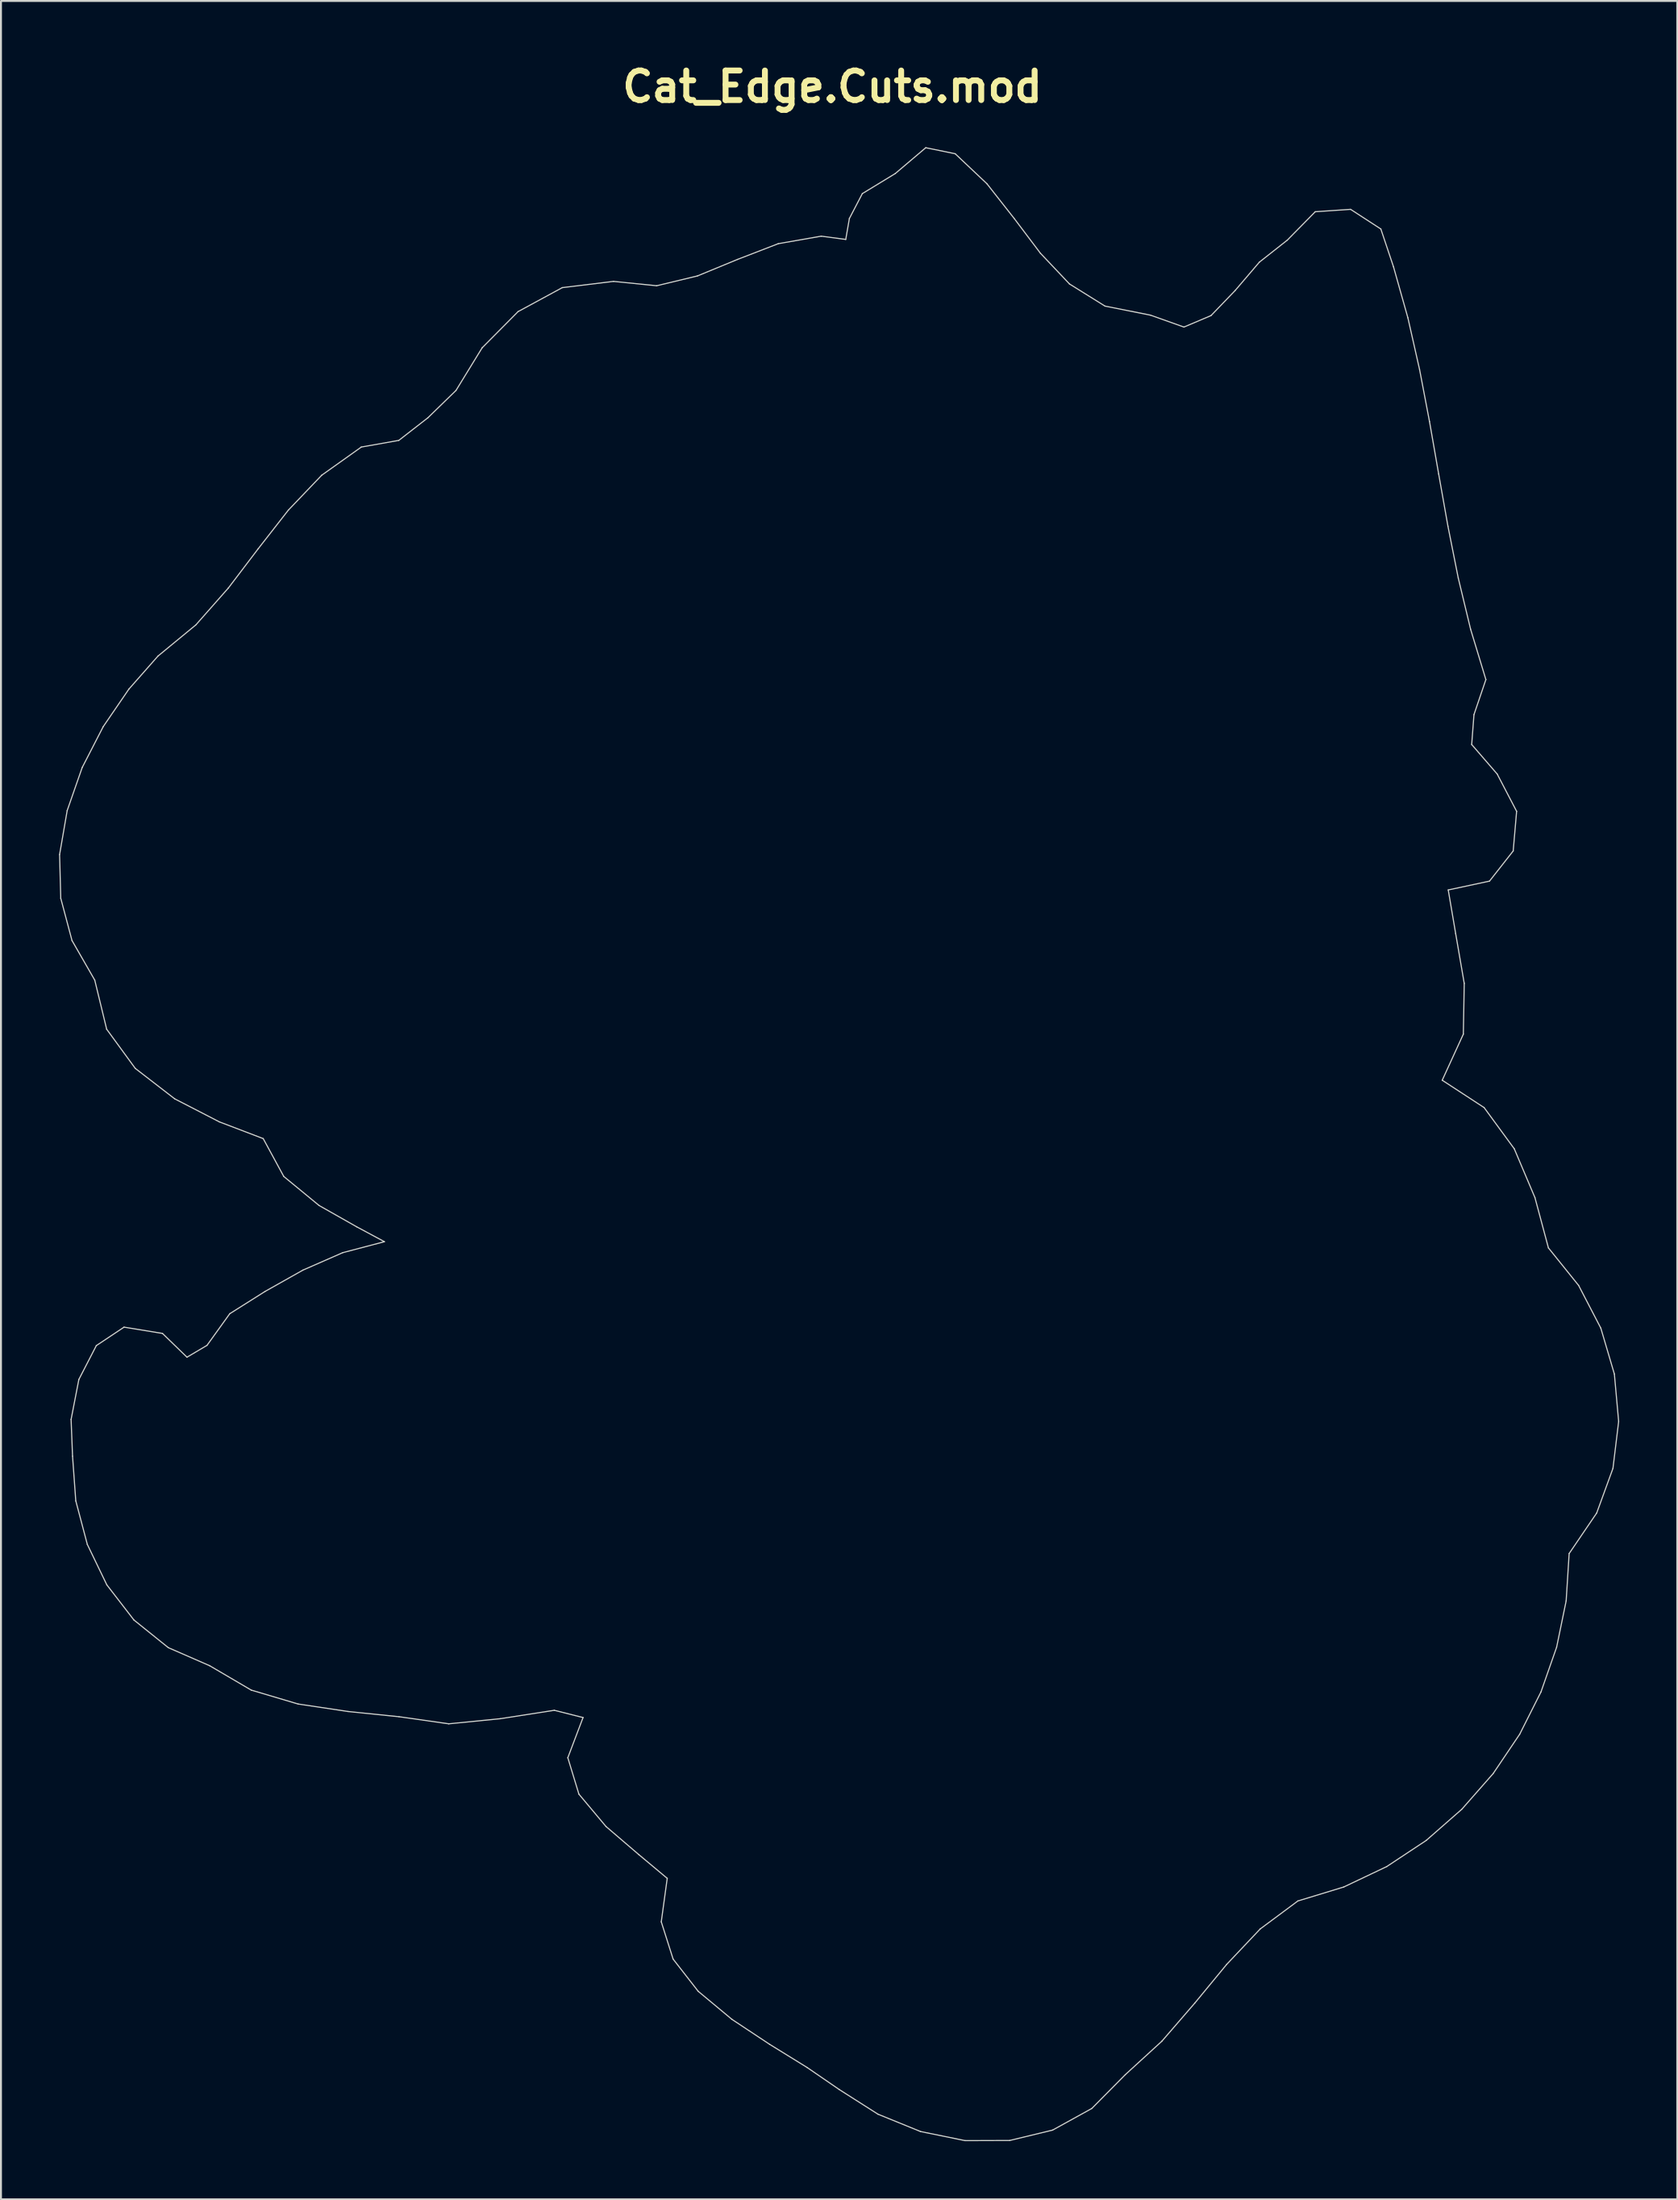
<source format=kicad_pcb>
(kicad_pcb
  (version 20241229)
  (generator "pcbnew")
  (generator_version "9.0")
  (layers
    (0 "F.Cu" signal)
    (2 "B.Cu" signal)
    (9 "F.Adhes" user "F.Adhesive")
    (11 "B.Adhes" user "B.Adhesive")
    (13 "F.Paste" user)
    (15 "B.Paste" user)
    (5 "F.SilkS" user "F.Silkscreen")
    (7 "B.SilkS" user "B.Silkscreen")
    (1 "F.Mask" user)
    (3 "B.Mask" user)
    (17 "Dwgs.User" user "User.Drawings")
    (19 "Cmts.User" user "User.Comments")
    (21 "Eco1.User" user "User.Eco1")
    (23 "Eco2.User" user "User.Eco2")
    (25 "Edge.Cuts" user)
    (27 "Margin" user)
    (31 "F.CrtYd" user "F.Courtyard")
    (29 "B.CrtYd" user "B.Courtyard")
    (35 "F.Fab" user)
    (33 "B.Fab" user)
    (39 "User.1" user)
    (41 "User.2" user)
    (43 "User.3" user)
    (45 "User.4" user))
  (footprint "Cat_Edge.Cuts.mod"
    (layer "F.Cu")
    (at 39.951 56.702)
    (property "Reference" "Cat_Edge.Cuts.mod" (at 0 -55.276 0) (layer "F.SilkS") (effects (font (size 1.524 1.524) (thickness 0.305))))
    (attr smd)
    (fp_line (start -39.922 -15.625) (end -39.862 -13.367) (stroke (width 0.058) (type solid)) (layer "Edge.Cuts"))
    (fp_line (start -39.862 -13.367) (end -39.281 -11.186) (stroke (width 0.058) (type solid)) (layer "Edge.Cuts"))
    (fp_line (start -39.53 -17.896) (end -39.922 -15.625) (stroke (width 0.058) (type solid)) (layer "Edge.Cuts"))
    (fp_line (start -39.328 13.544) (end -39.253 15.442) (stroke (width 0.058) (type solid)) (layer "Edge.Cuts"))
    (fp_line (start -39.281 -11.186) (end -38.106 -9.142) (stroke (width 0.058) (type solid)) (layer "Edge.Cuts"))
    (fp_line (start -39.253 15.442) (end -39.086 17.747) (stroke (width 0.058) (type solid)) (layer "Edge.Cuts"))
    (fp_line (start -39.086 17.747) (end -38.489 19.999) (stroke (width 0.058) (type solid)) (layer "Edge.Cuts"))
    (fp_line (start -38.927 11.479) (end -39.328 13.544) (stroke (width 0.058) (type solid)) (layer "Edge.Cuts"))
    (fp_line (start -38.755 -20.119) (end -39.53 -17.896) (stroke (width 0.058) (type solid)) (layer "Edge.Cuts"))
    (fp_line (start -38.489 19.999) (end -37.481 22.087) (stroke (width 0.058) (type solid)) (layer "Edge.Cuts"))
    (fp_line (start -38.106 -9.142) (end -37.49 -6.606) (stroke (width 0.058) (type solid)) (layer "Edge.Cuts"))
    (fp_line (start -38.024 9.73) (end -38.927 11.479) (stroke (width 0.058) (type solid)) (layer "Edge.Cuts"))
    (fp_line (start -37.669 -22.23) (end -38.755 -20.119) (stroke (width 0.058) (type solid)) (layer "Edge.Cuts"))
    (fp_line (start -37.49 -6.606) (end -36.013 -4.584) (stroke (width 0.058) (type solid)) (layer "Edge.Cuts"))
    (fp_line (start -37.481 22.087) (end -36.081 23.901) (stroke (width 0.058) (type solid)) (layer "Edge.Cuts"))
    (fp_line (start -36.593 8.778) (end -38.024 9.73) (stroke (width 0.058) (type solid)) (layer "Edge.Cuts"))
    (fp_line (start -36.342 -24.169) (end -37.669 -22.23) (stroke (width 0.058) (type solid)) (layer "Edge.Cuts"))
    (fp_line (start -36.081 23.901) (end -34.304 25.329) (stroke (width 0.058) (type solid)) (layer "Edge.Cuts"))
    (fp_line (start -36.013 -4.584) (end -33.974 -3.011) (stroke (width 0.058) (type solid)) (layer "Edge.Cuts"))
    (fp_line (start -34.842 -25.872) (end -36.342 -24.169) (stroke (width 0.058) (type solid)) (layer "Edge.Cuts"))
    (fp_line (start -34.607 9.102) (end -36.593 8.778) (stroke (width 0.058) (type solid)) (layer "Edge.Cuts"))
    (fp_line (start -34.304 25.329) (end -32.17 26.26) (stroke (width 0.058) (type solid)) (layer "Edge.Cuts"))
    (fp_line (start -33.974 -3.011) (end -31.672 -1.824) (stroke (width 0.058) (type solid)) (layer "Edge.Cuts"))
    (fp_line (start -33.341 10.33) (end -34.607 9.102) (stroke (width 0.058) (type solid)) (layer "Edge.Cuts"))
    (fp_line (start -32.882 -27.485) (end -34.842 -25.872) (stroke (width 0.058) (type solid)) (layer "Edge.Cuts"))
    (fp_line (start -32.307 9.718) (end -33.341 10.33) (stroke (width 0.058) (type solid)) (layer "Edge.Cuts"))
    (fp_line (start -32.17 26.26) (end -30.021 27.52) (stroke (width 0.058) (type solid)) (layer "Edge.Cuts"))
    (fp_line (start -31.672 -1.824) (end -29.403 -0.958) (stroke (width 0.058) (type solid)) (layer "Edge.Cuts"))
    (fp_line (start -31.206 -29.385) (end -32.882 -27.485) (stroke (width 0.058) (type solid)) (layer "Edge.Cuts"))
    (fp_line (start -31.131 8.084) (end -32.307 9.718) (stroke (width 0.058) (type solid)) (layer "Edge.Cuts"))
    (fp_line (start -30.021 27.52) (end -27.599 28.238) (stroke (width 0.058) (type solid)) (layer "Edge.Cuts"))
    (fp_line (start -29.665 -31.412) (end -31.206 -29.385) (stroke (width 0.058) (type solid)) (layer "Edge.Cuts"))
    (fp_line (start -29.403 -0.958) (end -28.339 0.999) (stroke (width 0.058) (type solid)) (layer "Edge.Cuts"))
    (fp_line (start -29.305 6.932) (end -31.131 8.084) (stroke (width 0.058) (type solid)) (layer "Edge.Cuts"))
    (fp_line (start -28.339 0.999) (end -26.515 2.497) (stroke (width 0.058) (type solid)) (layer "Edge.Cuts"))
    (fp_line (start -28.106 -33.408) (end -29.665 -31.412) (stroke (width 0.058) (type solid)) (layer "Edge.Cuts"))
    (fp_line (start -27.599 28.238) (end -25.015 28.625) (stroke (width 0.058) (type solid)) (layer "Edge.Cuts"))
    (fp_line (start -27.353 5.834) (end -29.305 6.932) (stroke (width 0.058) (type solid)) (layer "Edge.Cuts"))
    (fp_line (start -26.515 2.497) (end -24.57 3.598) (stroke (width 0.058) (type solid)) (layer "Edge.Cuts"))
    (fp_line (start -26.38 -35.213) (end -28.106 -33.408) (stroke (width 0.058) (type solid)) (layer "Edge.Cuts"))
    (fp_line (start -25.293 4.931) (end -27.353 5.834) (stroke (width 0.058) (type solid)) (layer "Edge.Cuts"))
    (fp_line (start -25.015 28.625) (end -22.383 28.895) (stroke (width 0.058) (type solid)) (layer "Edge.Cuts"))
    (fp_line (start -24.57 3.598) (end -23.141 4.365) (stroke (width 0.058) (type solid)) (layer "Edge.Cuts"))
    (fp_line (start -24.335 -36.668) (end -26.38 -35.213) (stroke (width 0.058) (type solid)) (layer "Edge.Cuts"))
    (fp_line (start -23.141 4.365) (end -25.293 4.931) (stroke (width 0.058) (type solid)) (layer "Edge.Cuts"))
    (fp_line (start -22.397 -37.012) (end -24.335 -36.668) (stroke (width 0.058) (type solid)) (layer "Edge.Cuts"))
    (fp_line (start -22.383 28.895) (end -19.817 29.26) (stroke (width 0.058) (type solid)) (layer "Edge.Cuts"))
    (fp_line (start -20.893 -38.181) (end -22.397 -37.012) (stroke (width 0.058) (type solid)) (layer "Edge.Cuts"))
    (fp_line (start -19.817 29.26) (end -17.159 28.997) (stroke (width 0.058) (type solid)) (layer "Edge.Cuts"))
    (fp_line (start -19.443 -39.591) (end -20.893 -38.181) (stroke (width 0.058) (type solid)) (layer "Edge.Cuts"))
    (fp_line (start -18.091 -41.794) (end -19.443 -39.591) (stroke (width 0.058) (type solid)) (layer "Edge.Cuts"))
    (fp_line (start -17.159 28.997) (end -14.366 28.562) (stroke (width 0.058) (type solid)) (layer "Edge.Cuts"))
    (fp_line (start -16.237 -43.661) (end -18.091 -41.794) (stroke (width 0.058) (type solid)) (layer "Edge.Cuts"))
    (fp_line (start -14.366 28.562) (end -12.879 28.937) (stroke (width 0.058) (type solid)) (layer "Edge.Cuts"))
    (fp_line (start -13.952 -44.9) (end -16.237 -43.661) (stroke (width 0.058) (type solid)) (layer "Edge.Cuts"))
    (fp_line (start -13.666 31.012) (end -13.093 32.892) (stroke (width 0.058) (type solid)) (layer "Edge.Cuts"))
    (fp_line (start -13.093 32.892) (end -11.692 34.564) (stroke (width 0.058) (type solid)) (layer "Edge.Cuts"))
    (fp_line (start -12.879 28.937) (end -13.666 31.012) (stroke (width 0.058) (type solid)) (layer "Edge.Cuts"))
    (fp_line (start -11.692 34.564) (end -9.994 36.017) (stroke (width 0.058) (type solid)) (layer "Edge.Cuts"))
    (fp_line (start -11.305 -45.222) (end -13.952 -44.9) (stroke (width 0.058) (type solid)) (layer "Edge.Cuts"))
    (fp_line (start -9.994 36.017) (end -8.53 37.24) (stroke (width 0.058) (type solid)) (layer "Edge.Cuts"))
    (fp_line (start -9.077 -44.997) (end -11.305 -45.222) (stroke (width 0.058) (type solid)) (layer "Edge.Cuts"))
    (fp_line (start -8.838 39.485) (end -8.226 41.41) (stroke (width 0.058) (type solid)) (layer "Edge.Cuts"))
    (fp_line (start -8.53 37.24) (end -8.838 39.485) (stroke (width 0.058) (type solid)) (layer "Edge.Cuts"))
    (fp_line (start -8.226 41.41) (end -6.931 43.071) (stroke (width 0.058) (type solid)) (layer "Edge.Cuts"))
    (fp_line (start -6.968 -45.504) (end -9.077 -44.997) (stroke (width 0.058) (type solid)) (layer "Edge.Cuts"))
    (fp_line (start -6.931 43.071) (end -5.189 44.52) (stroke (width 0.058) (type solid)) (layer "Edge.Cuts"))
    (fp_line (start -5.189 44.52) (end -3.236 45.813) (stroke (width 0.058) (type solid)) (layer "Edge.Cuts"))
    (fp_line (start -4.9 -46.356) (end -6.968 -45.504) (stroke (width 0.058) (type solid)) (layer "Edge.Cuts"))
    (fp_line (start -3.236 45.813) (end -1.308 47.003) (stroke (width 0.058) (type solid)) (layer "Edge.Cuts"))
    (fp_line (start -2.795 -47.169) (end -4.9 -46.356) (stroke (width 0.058) (type solid)) (layer "Edge.Cuts"))
    (fp_line (start -1.308 47.003) (end 0.358 48.146) (stroke (width 0.058) (type solid)) (layer "Edge.Cuts"))
    (fp_line (start -0.575 -47.557) (end -2.795 -47.169) (stroke (width 0.058) (type solid)) (layer "Edge.Cuts"))
    (fp_line (start 0.358 48.146) (end 2.355 49.417) (stroke (width 0.058) (type solid)) (layer "Edge.Cuts"))
    (fp_line (start 0.693 -47.389) (end -0.575 -47.557) (stroke (width 0.058) (type solid)) (layer "Edge.Cuts"))
    (fp_line (start 0.88 -48.468) (end 0.693 -47.389) (stroke (width 0.058) (type solid)) (layer "Edge.Cuts"))
    (fp_line (start 1.55 -49.755) (end 0.88 -48.468) (stroke (width 0.058) (type solid)) (layer "Edge.Cuts"))
    (fp_line (start 2.355 49.417) (end 4.554 50.313) (stroke (width 0.058) (type solid)) (layer "Edge.Cuts"))
    (fp_line (start 3.253 -50.792) (end 1.55 -49.755) (stroke (width 0.058) (type solid)) (layer "Edge.Cuts"))
    (fp_line (start 4.554 50.313) (end 6.858 50.783) (stroke (width 0.058) (type solid)) (layer "Edge.Cuts"))
    (fp_line (start 4.826 -52.124) (end 3.253 -50.792) (stroke (width 0.058) (type solid)) (layer "Edge.Cuts"))
    (fp_line (start 6.346 -51.814) (end 4.826 -52.124) (stroke (width 0.058) (type solid)) (layer "Edge.Cuts"))
    (fp_line (start 6.858 50.783) (end 9.166 50.775) (stroke (width 0.058) (type solid)) (layer "Edge.Cuts"))
    (fp_line (start 7.983 -50.268) (end 6.346 -51.814) (stroke (width 0.058) (type solid)) (layer "Edge.Cuts"))
    (fp_line (start 9.166 50.775) (end 11.381 50.239) (stroke (width 0.058) (type solid)) (layer "Edge.Cuts"))
    (fp_line (start 9.389 -48.479) (end 7.983 -50.268) (stroke (width 0.058) (type solid)) (layer "Edge.Cuts"))
    (fp_line (start 10.75 -46.676) (end 9.389 -48.479) (stroke (width 0.058) (type solid)) (layer "Edge.Cuts"))
    (fp_line (start 11.381 50.239) (end 13.404 49.123) (stroke (width 0.058) (type solid)) (layer "Edge.Cuts"))
    (fp_line (start 12.253 -45.088) (end 10.75 -46.676) (stroke (width 0.058) (type solid)) (layer "Edge.Cuts"))
    (fp_line (start 13.404 49.123) (end 15.136 47.376) (stroke (width 0.058) (type solid)) (layer "Edge.Cuts"))
    (fp_line (start 14.086 -43.946) (end 12.253 -45.088) (stroke (width 0.058) (type solid)) (layer "Edge.Cuts"))
    (fp_line (start 15.136 47.376) (end 17.024 45.65) (stroke (width 0.058) (type solid)) (layer "Edge.Cuts"))
    (fp_line (start 16.434 -43.479) (end 14.086 -43.946) (stroke (width 0.058) (type solid)) (layer "Edge.Cuts"))
    (fp_line (start 17.024 45.65) (end 18.726 43.681) (stroke (width 0.058) (type solid)) (layer "Edge.Cuts"))
    (fp_line (start 18.165 -42.864) (end 16.434 -43.479) (stroke (width 0.058) (type solid)) (layer "Edge.Cuts"))
    (fp_line (start 18.726 43.681) (end 20.376 41.679) (stroke (width 0.058) (type solid)) (layer "Edge.Cuts"))
    (fp_line (start 19.564 -43.457) (end 18.165 -42.864) (stroke (width 0.058) (type solid)) (layer "Edge.Cuts"))
    (fp_line (start 20.376 41.679) (end 22.106 39.852) (stroke (width 0.058) (type solid)) (layer "Edge.Cuts"))
    (fp_line (start 20.806 -44.746) (end 19.564 -43.457) (stroke (width 0.058) (type solid)) (layer "Edge.Cuts"))
    (fp_line (start 22.061 -46.215) (end 20.806 -44.746) (stroke (width 0.058) (type solid)) (layer "Edge.Cuts"))
    (fp_line (start 22.106 39.852) (end 24.051 38.408) (stroke (width 0.058) (type solid)) (layer "Edge.Cuts"))
    (fp_line (start 23.503 -47.351) (end 22.061 -46.215) (stroke (width 0.058) (type solid)) (layer "Edge.Cuts"))
    (fp_line (start 24.051 38.408) (end 26.423 37.686) (stroke (width 0.058) (type solid)) (layer "Edge.Cuts"))
    (fp_line (start 24.949 -48.819) (end 23.503 -47.351) (stroke (width 0.058) (type solid)) (layer "Edge.Cuts"))
    (fp_line (start 26.423 37.686) (end 28.641 36.632) (stroke (width 0.058) (type solid)) (layer "Edge.Cuts"))
    (fp_line (start 26.775 -48.942) (end 24.949 -48.819) (stroke (width 0.058) (type solid)) (layer "Edge.Cuts"))
    (fp_line (start 28.337 -47.927) (end 26.775 -48.942) (stroke (width 0.058) (type solid)) (layer "Edge.Cuts"))
    (fp_line (start 28.641 36.632) (end 30.682 35.282) (stroke (width 0.058) (type solid)) (layer "Edge.Cuts"))
    (fp_line (start 28.99 -45.979) (end 28.337 -47.927) (stroke (width 0.058) (type solid)) (layer "Edge.Cuts"))
    (fp_line (start 29.733 -43.346) (end 28.99 -45.979) (stroke (width 0.058) (type solid)) (layer "Edge.Cuts"))
    (fp_line (start 30.337 -40.676) (end 29.733 -43.346) (stroke (width 0.058) (type solid)) (layer "Edge.Cuts"))
    (fp_line (start 30.682 35.282) (end 32.522 33.67) (stroke (width 0.058) (type solid)) (layer "Edge.Cuts"))
    (fp_line (start 30.852 -37.982) (end 30.337 -40.676) (stroke (width 0.058) (type solid)) (layer "Edge.Cuts"))
    (fp_line (start 31.324 -35.279) (end 30.852 -37.982) (stroke (width 0.058) (type solid)) (layer "Edge.Cuts"))
    (fp_line (start 31.508 -3.972) (end 32.599 -6.352) (stroke (width 0.058) (type solid)) (layer "Edge.Cuts"))
    (fp_line (start 31.803 -32.582) (end 31.324 -35.279) (stroke (width 0.058) (type solid)) (layer "Edge.Cuts"))
    (fp_line (start 31.819 -13.798) (end 33.951 -14.254) (stroke (width 0.058) (type solid)) (layer "Edge.Cuts"))
    (fp_line (start 32.202 -11.548) (end 31.819 -13.798) (stroke (width 0.058) (type solid)) (layer "Edge.Cuts"))
    (fp_line (start 32.337 -29.903) (end 31.803 -32.582) (stroke (width 0.058) (type solid)) (layer "Edge.Cuts"))
    (fp_line (start 32.522 33.67) (end 34.139 31.831) (stroke (width 0.058) (type solid)) (layer "Edge.Cuts"))
    (fp_line (start 32.599 -6.352) (end 32.646 -8.971) (stroke (width 0.058) (type solid)) (layer "Edge.Cuts"))
    (fp_line (start 32.646 -8.971) (end 32.202 -11.548) (stroke (width 0.058) (type solid)) (layer "Edge.Cuts"))
    (fp_line (start 32.975 -27.258) (end 32.337 -29.903) (stroke (width 0.058) (type solid)) (layer "Edge.Cuts"))
    (fp_line (start 33.031 -21.307) (end 33.148 -22.849) (stroke (width 0.058) (type solid)) (layer "Edge.Cuts"))
    (fp_line (start 33.148 -22.849) (end 33.764 -24.661) (stroke (width 0.058) (type solid)) (layer "Edge.Cuts"))
    (fp_line (start 33.673 -2.559) (end 31.508 -3.972) (stroke (width 0.058) (type solid)) (layer "Edge.Cuts"))
    (fp_line (start 33.764 -24.661) (end 32.975 -27.258) (stroke (width 0.058) (type solid)) (layer "Edge.Cuts"))
    (fp_line (start 33.951 -14.254) (end 35.175 -15.811) (stroke (width 0.058) (type solid)) (layer "Edge.Cuts"))
    (fp_line (start 34.139 31.831) (end 35.509 29.801) (stroke (width 0.058) (type solid)) (layer "Edge.Cuts"))
    (fp_line (start 34.347 -19.785) (end 33.031 -21.307) (stroke (width 0.058) (type solid)) (layer "Edge.Cuts"))
    (fp_line (start 35.175 -15.811) (end 35.352 -17.858) (stroke (width 0.058) (type solid)) (layer "Edge.Cuts"))
    (fp_line (start 35.23 -0.433) (end 33.673 -2.559) (stroke (width 0.058) (type solid)) (layer "Edge.Cuts"))
    (fp_line (start 35.352 -17.858) (end 34.347 -19.785) (stroke (width 0.058) (type solid)) (layer "Edge.Cuts"))
    (fp_line (start 35.509 29.801) (end 36.61 27.615) (stroke (width 0.058) (type solid)) (layer "Edge.Cuts"))
    (fp_line (start 36.298 2.088) (end 35.23 -0.433) (stroke (width 0.058) (type solid)) (layer "Edge.Cuts"))
    (fp_line (start 36.61 27.615) (end 37.418 25.307) (stroke (width 0.058) (type solid)) (layer "Edge.Cuts"))
    (fp_line (start 36.995 4.686) (end 36.298 2.088) (stroke (width 0.058) (type solid)) (layer "Edge.Cuts"))
    (fp_line (start 37.418 25.307) (end 37.911 22.913) (stroke (width 0.058) (type solid)) (layer "Edge.Cuts"))
    (fp_line (start 37.911 22.913) (end 38.066 20.467) (stroke (width 0.058) (type solid)) (layer "Edge.Cuts"))
    (fp_line (start 38.066 20.467) (end 39.488 18.377) (stroke (width 0.058) (type solid)) (layer "Edge.Cuts"))
    (fp_line (start 38.555 6.624) (end 36.995 4.686) (stroke (width 0.058) (type solid)) (layer "Edge.Cuts"))
    (fp_line (start 39.488 18.377) (end 40.329 16.071) (stroke (width 0.058) (type solid)) (layer "Edge.Cuts"))
    (fp_line (start 39.701 8.827) (end 38.555 6.624) (stroke (width 0.058) (type solid)) (layer "Edge.Cuts"))
    (fp_line (start 40.329 16.071) (end 40.623 13.647) (stroke (width 0.058) (type solid)) (layer "Edge.Cuts"))
    (fp_line (start 40.402 11.2) (end 39.701 8.827) (stroke (width 0.058) (type solid)) (layer "Edge.Cuts"))
    (fp_line (start 40.623 13.647) (end 40.402 11.2) (stroke (width 0.058) (type solid)) (layer "Edge.Cuts")))
  (gr_rect
    (start -3 -3)
    (end 83.603 110.514)
    (stroke (width 0.1) (type default))
    (fill no)
    (layer "Edge.Cuts")))
</source>
